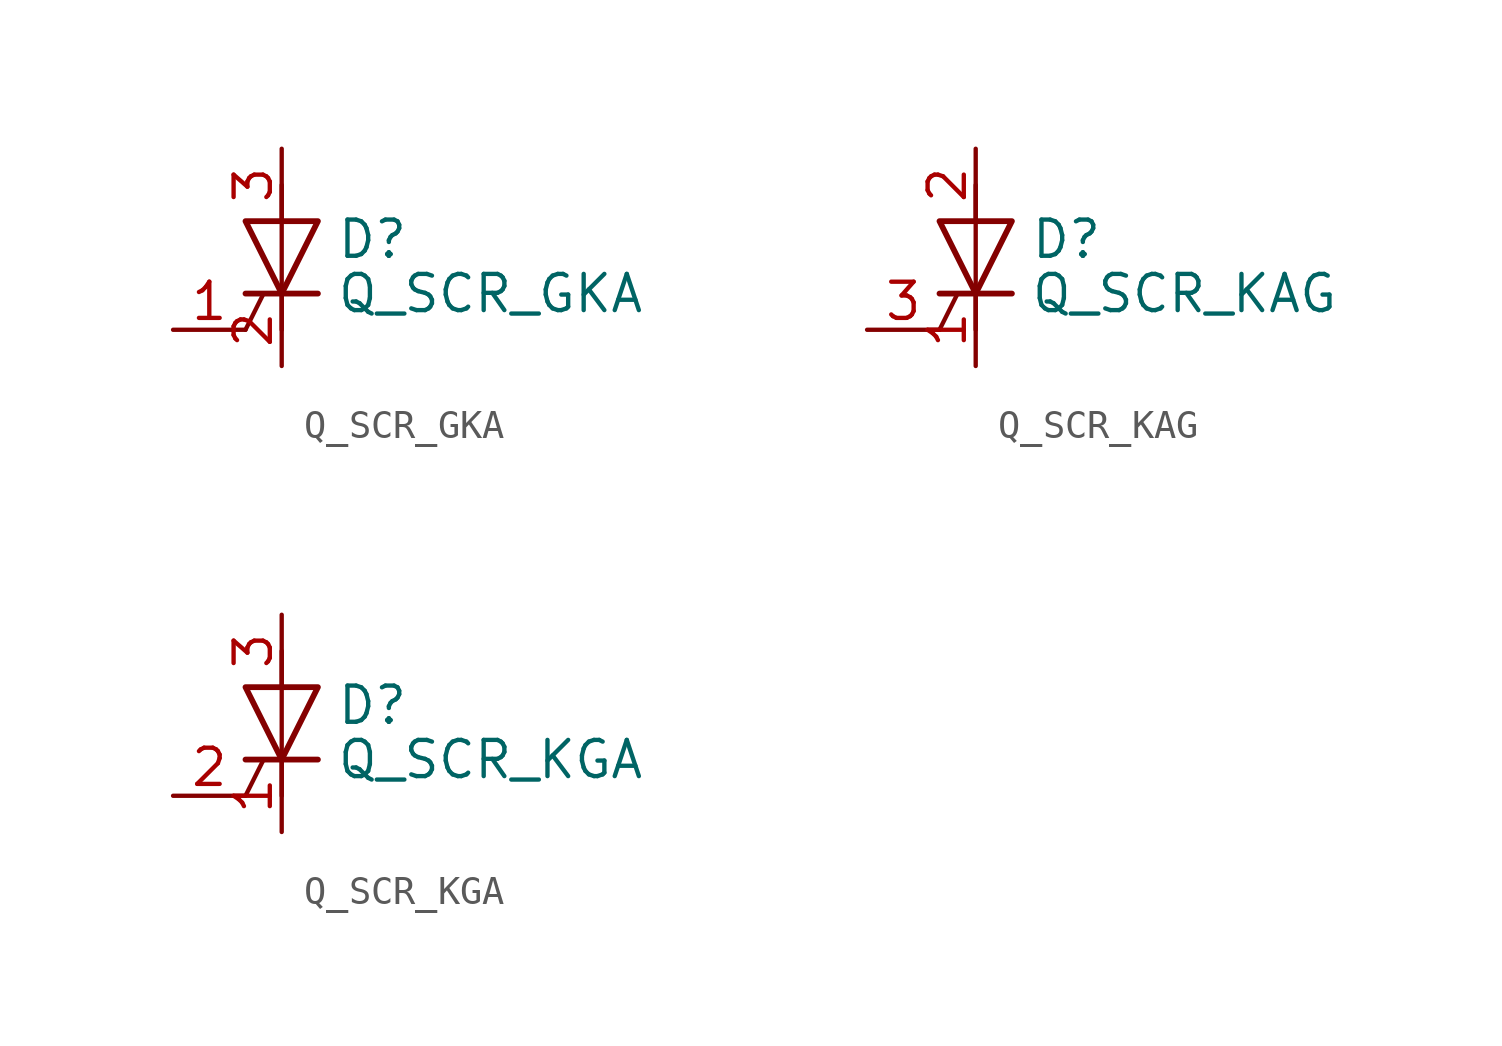
<source format=kicad_sym>
(kicad_symbol_lib
  (version 20211014)
  (generator kicad_symbol_editor)
  (symbol "Q_SCR_GKA"
    (pin_names
      (offset 0) hide)
    (property "Reference" "D"
      (at 1.905 0.635 0)
      (effects (font (size 1.27 1.27)) (justify left)))
    (property "Value" "Q_SCR_GKA"
      (at 1.905 -1.27 0)
      (effects (font (size 1.27 1.27)) (justify left)))
    (symbol "Q_SCR_GKA_0_1"
      (polyline (pts (xy -1.27 -2.54) (xy -0.635 -1.27)) (stroke (width 0) (type default) (color 0 0 0 0)) (fill (type none)))
      (polyline (pts (xy -1.27 -1.27) (xy 1.27 -1.27)) (stroke (width 0.203) (type default) (color 0 0 0 0)) (fill (type none)))
      (polyline (pts (xy 0 -2.54) (xy 0 2.54)) (stroke (width 0) (type default) (color 0 0 0 0)) (fill (type none)))
      (polyline (pts (xy -1.27 1.27) (xy 1.27 1.27) (xy 0 -1.27) (xy -1.27 1.27)) (stroke (width 0.203) (type default) (color 0 0 0 0)) (fill (type none))))
    (symbol "Q_SCR_GKA_1_1"
      (pin input line (at -3.81 -2.54 0) (length 2.54) (name "G" (effects (font (size 1.27 1.27)))) (number "1" (effects (font (size 1.27 1.27)))))
      (pin passive line (at 0 -3.81 90) (length 2.54) (name "K" (effects (font (size 1.27 1.27)))) (number "2" (effects (font (size 1.27 1.27)))))
      (pin passive line (at 0 3.81 270) (length 2.54) (name "A" (effects (font (size 1.27 1.27)))) (number "3" (effects (font (size 1.27 1.27)))))))
  (symbol "Q_SCR_KAG"
    (pin_names
      (offset 0) hide)
    (property "Reference" "D"
      (at 1.905 0.635 0)
      (effects (font (size 1.27 1.27)) (justify left)))
    (property "Value" "Q_SCR_KAG"
      (at 1.905 -1.27 0)
      (effects (font (size 1.27 1.27)) (justify left)))
    (symbol "Q_SCR_KAG_0_1"
      (polyline (pts (xy -1.27 -2.54) (xy -0.635 -1.27)) (stroke (width 0) (type default) (color 0 0 0 0)) (fill (type none)))
      (polyline (pts (xy -1.27 -1.27) (xy 1.27 -1.27)) (stroke (width 0.203) (type default) (color 0 0 0 0)) (fill (type none)))
      (polyline (pts (xy 0 -2.54) (xy 0 2.54)) (stroke (width 0) (type default) (color 0 0 0 0)) (fill (type none)))
      (polyline (pts (xy -1.27 1.27) (xy 1.27 1.27) (xy 0 -1.27) (xy -1.27 1.27)) (stroke (width 0.203) (type default) (color 0 0 0 0)) (fill (type none))))
    (symbol "Q_SCR_KAG_1_1"
      (pin passive line (at 0 -3.81 90) (length 2.54) (name "K" (effects (font (size 1.27 1.27)))) (number "1" (effects (font (size 1.27 1.27)))))
      (pin passive line (at 0 3.81 270) (length 2.54) (name "A" (effects (font (size 1.27 1.27)))) (number "2" (effects (font (size 1.27 1.27)))))
      (pin input line (at -3.81 -2.54 0) (length 2.54) (name "G" (effects (font (size 1.27 1.27)))) (number "3" (effects (font (size 1.27 1.27)))))))
  (symbol "Q_SCR_KGA"
    (pin_names
      (offset 0) hide)
    (property "Reference" "D"
      (at 1.905 0.635 0)
      (effects (font (size 1.27 1.27)) (justify left)))
    (property "Value" "Q_SCR_KGA"
      (at 1.905 -1.27 0)
      (effects (font (size 1.27 1.27)) (justify left)))
    (symbol "Q_SCR_KGA_0_1"
      (polyline (pts (xy -1.27 -2.54) (xy -0.635 -1.27)) (stroke (width 0) (type default) (color 0 0 0 0)) (fill (type none)))
      (polyline (pts (xy -1.27 -1.27) (xy 1.27 -1.27)) (stroke (width 0.203) (type default) (color 0 0 0 0)) (fill (type none)))
      (polyline (pts (xy 0 -2.54) (xy 0 2.54)) (stroke (width 0) (type default) (color 0 0 0 0)) (fill (type none)))
      (polyline (pts (xy -1.27 1.27) (xy 1.27 1.27) (xy 0 -1.27) (xy -1.27 1.27)) (stroke (width 0.203) (type default) (color 0 0 0 0)) (fill (type none))))
    (symbol "Q_SCR_KGA_1_1"
      (pin passive line (at 0 -3.81 90) (length 2.54) (name "K" (effects (font (size 1.27 1.27)))) (number "1" (effects (font (size 1.27 1.27)))))
      (pin input line (at -3.81 -2.54 0) (length 2.54) (name "G" (effects (font (size 1.27 1.27)))) (number "2" (effects (font (size 1.27 1.27)))))
      (pin passive line (at 0 3.81 270) (length 2.54) (name "A" (effects (font (size 1.27 1.27)))) (number "3" (effects (font (size 1.27 1.27))))))))
</source>
